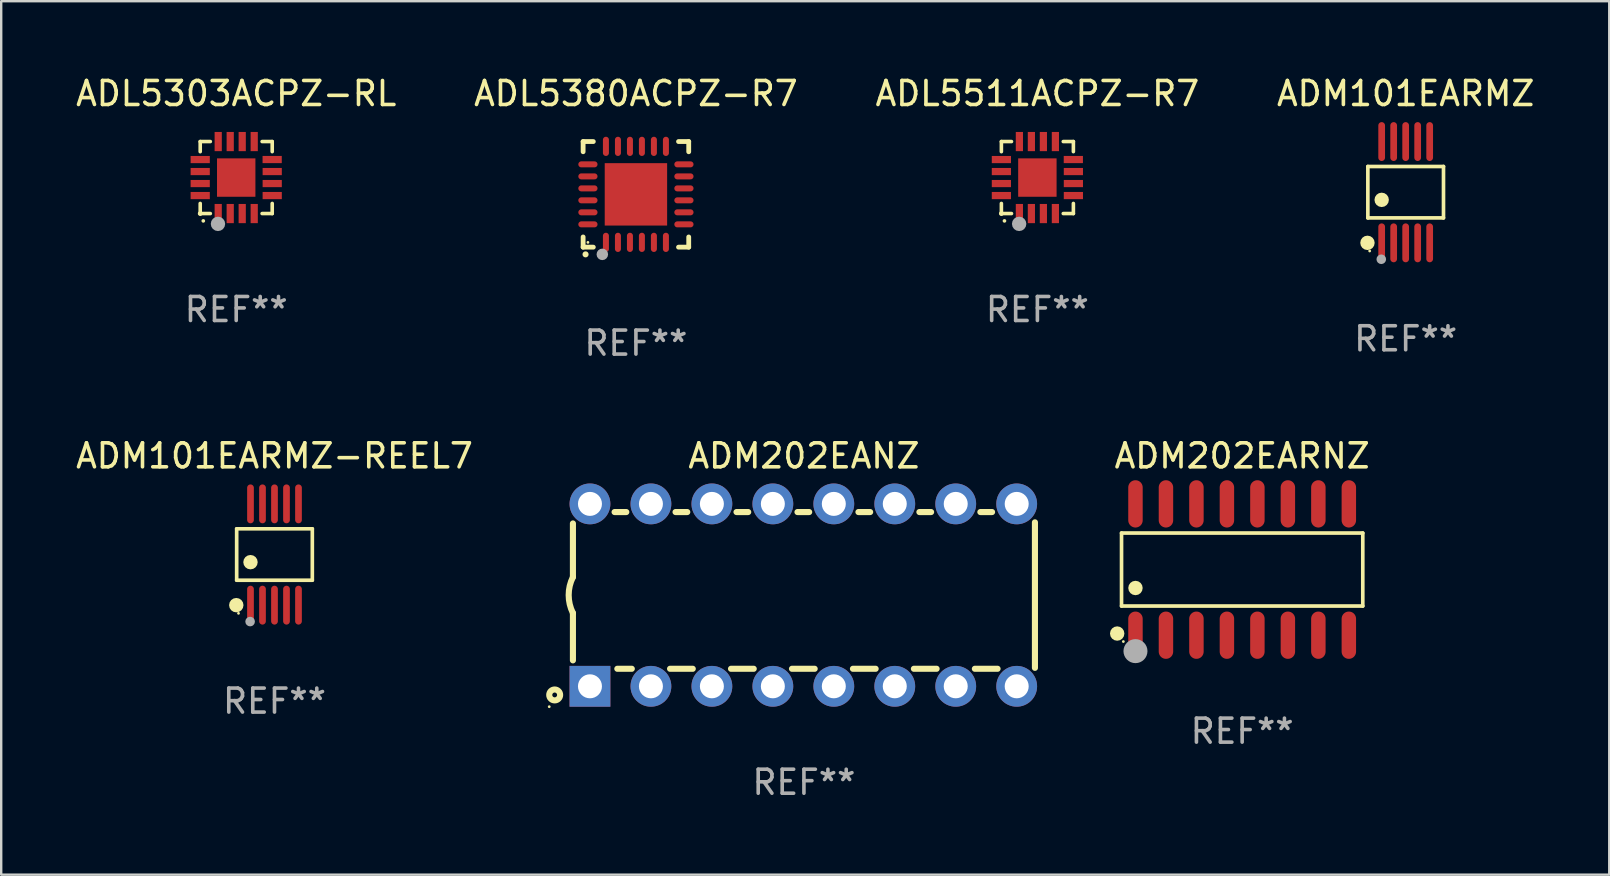
<source format=kicad_pcb>
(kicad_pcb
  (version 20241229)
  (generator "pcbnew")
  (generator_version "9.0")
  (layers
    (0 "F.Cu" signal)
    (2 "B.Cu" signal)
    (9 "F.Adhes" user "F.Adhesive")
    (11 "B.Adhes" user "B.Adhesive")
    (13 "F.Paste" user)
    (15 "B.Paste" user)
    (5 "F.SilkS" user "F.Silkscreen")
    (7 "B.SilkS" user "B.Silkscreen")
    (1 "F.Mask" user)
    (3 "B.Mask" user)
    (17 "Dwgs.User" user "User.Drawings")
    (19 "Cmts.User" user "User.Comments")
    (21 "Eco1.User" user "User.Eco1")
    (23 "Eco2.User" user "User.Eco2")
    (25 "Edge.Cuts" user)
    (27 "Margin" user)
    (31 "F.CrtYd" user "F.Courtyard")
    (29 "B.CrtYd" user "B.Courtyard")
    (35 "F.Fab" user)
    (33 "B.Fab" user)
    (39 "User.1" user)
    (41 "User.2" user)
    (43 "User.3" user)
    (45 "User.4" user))
  (footprint "ADM202EARNZ"
    (layer "F.Cu")
    (at 48.705 20.68)
    (property "Reference" "ADM202EARNZ" (at 0 -4.736 0) (layer "F.SilkS") (effects (font (size 1 1) (thickness 0.15))))
    (attr through_hole)
    (fp_line (start -5.026 -1.521) (end 5.026 -1.521) (stroke (width 0.152) (type solid)) (layer "F.SilkS"))
    (fp_line (start -5.026 1.521) (end -5.026 -1.521) (stroke (width 0.152) (type solid)) (layer "F.SilkS"))
    (fp_line (start 5.026 -1.521) (end 5.026 1.521) (stroke (width 0.152) (type solid)) (layer "F.SilkS"))
    (fp_line (start 5.026 1.521) (end -5.026 1.521) (stroke (width 0.152) (type solid)) (layer "F.SilkS"))
    (fp_circle (center -5.207 2.667) (end -5.057 2.667) (stroke (width 0.3) (type solid)) (fill no) (layer "F.SilkS"))
    (fp_circle (center -4.95 3) (end -4.92 3) (stroke (width 0.06) (type solid)) (fill no) (layer "F.SilkS"))
    (fp_circle (center -4.445 0.769) (end -4.295 0.769) (stroke (width 0.3) (type solid)) (fill no) (layer "F.SilkS"))
    (fp_circle (center -4.445 3.4) (end -4.195 3.4) (stroke (width 0.5) (type solid)) (fill no) (layer "F.Fab"))
    (fp_text user "REF**" (at 0 6.736 0) (layer "F.Fab") (effects (font (size 1 1) (thickness 0.15))))
    (pad "1" smd oval (at -4.445 2.736) (size 0.602 1.971) (layers "F.Cu" "F.Mask" "F.Paste"))
    (pad "2" smd oval (at -3.175 2.736) (size 0.602 1.971) (layers "F.Cu" "F.Mask" "F.Paste"))
    (pad "3" smd oval (at -1.905 2.736) (size 0.602 1.971) (layers "F.Cu" "F.Mask" "F.Paste"))
    (pad "4" smd oval (at -0.635 2.736) (size 0.602 1.971) (layers "F.Cu" "F.Mask" "F.Paste"))
    (pad "5" smd oval (at 0.635 2.736) (size 0.602 1.971) (layers "F.Cu" "F.Mask" "F.Paste"))
    (pad "6" smd oval (at 1.905 2.736) (size 0.602 1.971) (layers "F.Cu" "F.Mask" "F.Paste"))
    (pad "7" smd oval (at 3.175 2.736) (size 0.602 1.971) (layers "F.Cu" "F.Mask" "F.Paste"))
    (pad "8" smd oval (at 4.445 2.736) (size 0.602 1.971) (layers "F.Cu" "F.Mask" "F.Paste"))
    (pad "9" smd oval (at 4.445 -2.736) (size 0.602 1.971) (layers "F.Cu" "F.Mask" "F.Paste"))
    (pad "10" smd oval (at 3.175 -2.736) (size 0.602 1.971) (layers "F.Cu" "F.Mask" "F.Paste"))
    (pad "11" smd oval (at 1.905 -2.736) (size 0.602 1.971) (layers "F.Cu" "F.Mask" "F.Paste"))
    (pad "12" smd oval (at 0.635 -2.736) (size 0.602 1.971) (layers "F.Cu" "F.Mask" "F.Paste"))
    (pad "13" smd oval (at -0.635 -2.736) (size 0.602 1.971) (layers "F.Cu" "F.Mask" "F.Paste"))
    (pad "14" smd oval (at -1.905 -2.736) (size 0.602 1.971) (layers "F.Cu" "F.Mask" "F.Paste"))
    (pad "15" smd oval (at -3.175 -2.736) (size 0.602 1.971) (layers "F.Cu" "F.Mask" "F.Paste"))
    (pad "16" smd oval (at -4.445 -2.736) (size 0.602 1.971) (layers "F.Cu" "F.Mask" "F.Paste")))
  (footprint "ADM101EARMZ-REEL7"
    (layer "F.Cu")
    (at 8.387 20.054)
    (property "Reference" "ADM101EARMZ-REEL7" (at 0 -4.11 0) (layer "F.SilkS") (effects (font (size 1 1) (thickness 0.15))))
    (attr through_hole)
    (fp_line (start -1.576 -1.071) (end 1.576 -1.071) (stroke (width 0.152) (type solid)) (layer "F.SilkS"))
    (fp_line (start -1.576 1.071) (end -1.576 -1.071) (stroke (width 0.152) (type solid)) (layer "F.SilkS"))
    (fp_line (start 1.576 -1.071) (end 1.576 1.071) (stroke (width 0.152) (type solid)) (layer "F.SilkS"))
    (fp_line (start 1.576 1.071) (end -1.576 1.071) (stroke (width 0.152) (type solid)) (layer "F.SilkS"))
    (fp_circle (center -1.592 2.11) (end -1.442 2.11) (stroke (width 0.3) (type solid)) (fill no) (layer "F.SilkS"))
    (fp_circle (center -1.5 2.45) (end -1.47 2.45) (stroke (width 0.06) (type solid)) (fill no) (layer "F.SilkS"))
    (fp_circle (center -1 0.319) (end -0.85 0.319) (stroke (width 0.3) (type solid)) (fill no) (layer "F.SilkS"))
    (fp_circle (center -1.016 2.794) (end -0.916 2.794) (stroke (width 0.2) (type solid)) (fill no) (layer "F.Fab"))
    (fp_text user "REF**" (at 0 6.11 0) (layer "F.Fab") (effects (font (size 1 1) (thickness 0.15))))
    (pad "1" smd oval (at -1 2.11) (size 0.28 1.62) (layers "F.Cu" "F.Mask" "F.Paste"))
    (pad "2" smd oval (at -0.5 2.11) (size 0.28 1.62) (layers "F.Cu" "F.Mask" "F.Paste"))
    (pad "3" smd oval (at 0 2.11) (size 0.28 1.62) (layers "F.Cu" "F.Mask" "F.Paste"))
    (pad "4" smd oval (at 0.5 2.11) (size 0.28 1.62) (layers "F.Cu" "F.Mask" "F.Paste"))
    (pad "5" smd oval (at 1 2.11) (size 0.28 1.62) (layers "F.Cu" "F.Mask" "F.Paste"))
    (pad "6" smd oval (at 1 -2.11) (size 0.28 1.62) (layers "F.Cu" "F.Mask" "F.Paste"))
    (pad "7" smd oval (at 0.5 -2.11) (size 0.28 1.62) (layers "F.Cu" "F.Mask" "F.Paste"))
    (pad "8" smd oval (at 0 -2.11) (size 0.28 1.62) (layers "F.Cu" "F.Mask" "F.Paste"))
    (pad "9" smd oval (at -0.5 -2.11) (size 0.28 1.62) (layers "F.Cu" "F.Mask" "F.Paste"))
    (pad "10" smd oval (at -1 -2.11) (size 0.28 1.62) (layers "F.Cu" "F.Mask" "F.Paste")))
  (footprint "ADL5511ACPZ-R7"
    (layer "F.Cu")
    (at 40.173 4.348)
    (property "Reference" "ADL5511ACPZ-R7" (at 0 -3.5 0) (layer "F.SilkS") (effects (font (size 1 1) (thickness 0.15))))
    (attr through_hole)
    (fp_line (start -1.5 -1.5) (end -1.079 -1.5) (stroke (width 0.15) (type solid)) (layer "F.SilkS"))
    (fp_line (start -1.5 -1.079) (end -1.5 -1.5) (stroke (width 0.15) (type solid)) (layer "F.SilkS"))
    (fp_line (start -1.5 1.5) (end -1.5 1.079) (stroke (width 0.15) (type solid)) (layer "F.SilkS"))
    (fp_line (start -1.5 1.5) (end -1.079 1.5) (stroke (width 0.15) (type solid)) (layer "F.SilkS"))
    (fp_line (start 1.079 -1.5) (end 1.5 -1.5) (stroke (width 0.15) (type solid)) (layer "F.SilkS"))
    (fp_line (start 1.079 1.5) (end 1.5 1.5) (stroke (width 0.15) (type solid)) (layer "F.SilkS"))
    (fp_line (start 1.5 -1.08) (end 1.5 -1.5) (stroke (width 0.15) (type solid)) (layer "F.SilkS"))
    (fp_line (start 1.5 1.5) (end 1.5 1.079) (stroke (width 0.15) (type solid)) (layer "F.SilkS"))
    (fp_arc (start -1.372885 1.805398) (mid -1.371615 1.805392) (end -1.370345 1.805398) (stroke (width 0.150114) (type solid)) (layer "F.SilkS"))
    (fp_circle (center -1.5 1.5) (end -1.45 1.5) (stroke (width 0.1) (type solid)) (fill no) (layer "F.SilkS"))
    (fp_circle (center -0.76 1.93) (end -0.61 1.93) (stroke (width 0.3) (type solid)) (fill no) (layer "F.Fab"))
    (fp_text user "REF**" (at 0 5.5 0) (layer "F.Fab") (effects (font (size 1 1) (thickness 0.15))))
    (pad "1" smd rect (at -0.75 1.5) (size 0.3 0.8) (layers "F.Cu" "F.Mask" "F.Paste"))
    (pad "2" smd rect (at -0.25 1.5) (size 0.3 0.8) (layers "F.Cu" "F.Mask" "F.Paste"))
    (pad "3" smd rect (at 0.25 1.5) (size 0.3 0.8) (layers "F.Cu" "F.Mask" "F.Paste"))
    (pad "4" smd rect (at 0.75 1.5) (size 0.3 0.8) (layers "F.Cu" "F.Mask" "F.Paste"))
    (pad "5" smd rect (at 1.5 0.75) (size 0.8 0.3) (layers "F.Cu" "F.Mask" "F.Paste"))
    (pad "6" smd rect (at 1.5 0.25) (size 0.8 0.3) (layers "F.Cu" "F.Mask" "F.Paste"))
    (pad "7" smd rect (at 1.5 -0.25) (size 0.8 0.3) (layers "F.Cu" "F.Mask" "F.Paste"))
    (pad "8" smd rect (at 1.498 -0.751) (size 0.8 0.3) (layers "F.Cu" "F.Mask" "F.Paste"))
    (pad "9" smd rect (at 0.75 -1.5) (size 0.3 0.8) (layers "F.Cu" "F.Mask" "F.Paste"))
    (pad "10" smd rect (at 0.25 -1.5) (size 0.3 0.8) (layers "F.Cu" "F.Mask" "F.Paste"))
    (pad "11" smd rect (at -0.25 -1.5) (size 0.3 0.8) (layers "F.Cu" "F.Mask" "F.Paste"))
    (pad "12" smd rect (at -0.75 -1.5) (size 0.3 0.8) (layers "F.Cu" "F.Mask" "F.Paste"))
    (pad "13" smd rect (at -1.5 -0.75) (size 0.8 0.3) (layers "F.Cu" "F.Mask" "F.Paste"))
    (pad "14" smd rect (at -1.5 -0.25) (size 0.8 0.3) (layers "F.Cu" "F.Mask" "F.Paste"))
    (pad "15" smd rect (at -1.5 0.25) (size 0.8 0.3) (layers "F.Cu" "F.Mask" "F.Paste"))
    (pad "16" smd rect (at -1.5 0.75) (size 0.8 0.3) (layers "F.Cu" "F.Mask" "F.Paste"))
    (pad "17" smd rect (at -0.000114 0.00014) (size 1.6 1.6) (layers "F.Cu" "F.Mask" "F.Paste")))
  (footprint "ADL5303ACPZ-RL"
    (layer "F.Cu")
    (at 6.792 4.348)
    (property "Reference" "ADL5303ACPZ-RL" (at 0 -3.5 0) (layer "F.SilkS") (effects (font (size 1 1) (thickness 0.15))))
    (attr through_hole)
    (fp_line (start -1.5 -1.5) (end -1.079 -1.5) (stroke (width 0.15) (type solid)) (layer "F.SilkS"))
    (fp_line (start -1.5 -1.079) (end -1.5 -1.5) (stroke (width 0.15) (type solid)) (layer "F.SilkS"))
    (fp_line (start -1.5 1.5) (end -1.5 1.079) (stroke (width 0.15) (type solid)) (layer "F.SilkS"))
    (fp_line (start -1.5 1.5) (end -1.079 1.5) (stroke (width 0.15) (type solid)) (layer "F.SilkS"))
    (fp_line (start 1.079 -1.5) (end 1.5 -1.5) (stroke (width 0.15) (type solid)) (layer "F.SilkS"))
    (fp_line (start 1.079 1.5) (end 1.5 1.5) (stroke (width 0.15) (type solid)) (layer "F.SilkS"))
    (fp_line (start 1.5 -1.08) (end 1.5 -1.5) (stroke (width 0.15) (type solid)) (layer "F.SilkS"))
    (fp_line (start 1.5 1.5) (end 1.5 1.079) (stroke (width 0.15) (type solid)) (layer "F.SilkS"))
    (fp_arc (start -1.372885 1.805398) (mid -1.371615 1.805392) (end -1.370345 1.805398) (stroke (width 0.150114) (type solid)) (layer "F.SilkS"))
    (fp_circle (center -1.5 1.5) (end -1.45 1.5) (stroke (width 0.1) (type solid)) (fill no) (layer "F.SilkS"))
    (fp_circle (center -0.76 1.93) (end -0.61 1.93) (stroke (width 0.3) (type solid)) (fill no) (layer "F.Fab"))
    (fp_text user "REF**" (at 0 5.5 0) (layer "F.Fab") (effects (font (size 1 1) (thickness 0.15))))
    (pad "1" smd rect (at -0.75 1.5) (size 0.3 0.8) (layers "F.Cu" "F.Mask" "F.Paste"))
    (pad "2" smd rect (at -0.25 1.5) (size 0.3 0.8) (layers "F.Cu" "F.Mask" "F.Paste"))
    (pad "3" smd rect (at 0.25 1.5) (size 0.3 0.8) (layers "F.Cu" "F.Mask" "F.Paste"))
    (pad "4" smd rect (at 0.75 1.5) (size 0.3 0.8) (layers "F.Cu" "F.Mask" "F.Paste"))
    (pad "5" smd rect (at 1.5 0.75) (size 0.8 0.3) (layers "F.Cu" "F.Mask" "F.Paste"))
    (pad "6" smd rect (at 1.5 0.25) (size 0.8 0.3) (layers "F.Cu" "F.Mask" "F.Paste"))
    (pad "7" smd rect (at 1.5 -0.25) (size 0.8 0.3) (layers "F.Cu" "F.Mask" "F.Paste"))
    (pad "8" smd rect (at 1.498 -0.751) (size 0.8 0.3) (layers "F.Cu" "F.Mask" "F.Paste"))
    (pad "9" smd rect (at 0.75 -1.5) (size 0.3 0.8) (layers "F.Cu" "F.Mask" "F.Paste"))
    (pad "10" smd rect (at 0.25 -1.5) (size 0.3 0.8) (layers "F.Cu" "F.Mask" "F.Paste"))
    (pad "11" smd rect (at -0.25 -1.5) (size 0.3 0.8) (layers "F.Cu" "F.Mask" "F.Paste"))
    (pad "12" smd rect (at -0.75 -1.5) (size 0.3 0.8) (layers "F.Cu" "F.Mask" "F.Paste"))
    (pad "13" smd rect (at -1.5 -0.75) (size 0.8 0.3) (layers "F.Cu" "F.Mask" "F.Paste"))
    (pad "14" smd rect (at -1.5 -0.25) (size 0.8 0.3) (layers "F.Cu" "F.Mask" "F.Paste"))
    (pad "15" smd rect (at -1.5 0.25) (size 0.8 0.3) (layers "F.Cu" "F.Mask" "F.Paste"))
    (pad "16" smd rect (at -1.5 0.75) (size 0.8 0.3) (layers "F.Cu" "F.Mask" "F.Paste"))
    (pad "17" smd rect (at -0.000114 0.00014) (size 1.6 1.6) (layers "F.Cu" "F.Mask" "F.Paste")))
  (footprint "ADL5380ACPZ-R7"
    (layer "F.Cu")
    (at 23.446 5.048)
    (property "Reference" "ADL5380ACPZ-R7" (at 0 -4.2 0) (layer "F.SilkS") (effects (font (size 1 1) (thickness 0.15))))
    (attr through_hole)
    (fp_line (start -2.2 -2.2) (end -2.2 -1.775) (stroke (width 0.2) (type solid)) (layer "F.SilkS"))
    (fp_line (start -2.2 2.2) (end -2.2 1.775) (stroke (width 0.2) (type solid)) (layer "F.SilkS"))
    (fp_line (start -1.775 -2.2) (end -2.2 -2.2) (stroke (width 0.2) (type solid)) (layer "F.SilkS"))
    (fp_line (start -1.775 2.2) (end -2.2 2.2) (stroke (width 0.2) (type solid)) (layer "F.SilkS"))
    (fp_line (start 2.2 -2.2) (end 1.775 -2.2) (stroke (width 0.2) (type solid)) (layer "F.SilkS"))
    (fp_line (start 2.2 -1.775) (end 2.2 -2.2) (stroke (width 0.2) (type solid)) (layer "F.SilkS"))
    (fp_line (start 2.2 1.775) (end 2.2 2.2) (stroke (width 0.2) (type solid)) (layer "F.SilkS"))
    (fp_line (start 2.2 2.2) (end 1.775 2.2) (stroke (width 0.2) (type solid)) (layer "F.SilkS"))
    (fp_arc (start -2.1 2.5) (mid -2.09873 2.499994) (end -2.09746 2.5) (stroke (width 0.25) (type solid)) (layer "F.SilkS"))
    (fp_circle (center -2 2) (end -1.97 2) (stroke (width 0.06) (type solid)) (fill no) (layer "F.SilkS"))
    (fp_circle (center -1.4 2.5) (end -1.28 2.5) (stroke (width 0.24) (type solid)) (fill no) (layer "F.Fab"))
    (fp_text user "REF**" (at 0 6.2 0) (layer "F.Fab") (effects (font (size 1 1) (thickness 0.15))))
    (pad "1" smd oval (at -1.25 2) (size 0.25 0.8) (layers "F.Cu" "F.Mask" "F.Paste"))
    (pad "2" smd oval (at -0.749 2) (size 0.25 0.8) (layers "F.Cu" "F.Mask" "F.Paste"))
    (pad "3" smd oval (at -0.249 2) (size 0.25 0.8) (layers "F.Cu" "F.Mask" "F.Paste"))
    (pad "4" smd oval (at 0.249 2) (size 0.25 0.8) (layers "F.Cu" "F.Mask" "F.Paste"))
    (pad "5" smd oval (at 0.749 2) (size 0.25 0.8) (layers "F.Cu" "F.Mask" "F.Paste"))
    (pad "6" smd oval (at 1.25 2) (size 0.25 0.8) (layers "F.Cu" "F.Mask" "F.Paste"))
    (pad "7" smd oval (at 2 1.25) (size 0.8 0.25) (layers "F.Cu" "F.Mask" "F.Paste"))
    (pad "8" smd oval (at 2 0.749) (size 0.8 0.25) (layers "F.Cu" "F.Mask" "F.Paste"))
    (pad "9" smd oval (at 2 0.249) (size 0.8 0.25) (layers "F.Cu" "F.Mask" "F.Paste"))
    (pad "10" smd oval (at 2 -0.249) (size 0.8 0.25) (layers "F.Cu" "F.Mask" "F.Paste"))
    (pad "11" smd oval (at 2 -0.749) (size 0.8 0.25) (layers "F.Cu" "F.Mask" "F.Paste"))
    (pad "12" smd oval (at 2 -1.25) (size 0.8 0.25) (layers "F.Cu" "F.Mask" "F.Paste"))
    (pad "13" smd oval (at 1.25 -2) (size 0.25 0.8) (layers "F.Cu" "F.Mask" "F.Paste"))
    (pad "14" smd oval (at 0.749 -2) (size 0.25 0.8) (layers "F.Cu" "F.Mask" "F.Paste"))
    (pad "15" smd oval (at 0.249 -2) (size 0.25 0.8) (layers "F.Cu" "F.Mask" "F.Paste"))
    (pad "16" smd oval (at -0.249 -2) (size 0.25 0.8) (layers "F.Cu" "F.Mask" "F.Paste"))
    (pad "17" smd oval (at -0.749 -2) (size 0.25 0.8) (layers "F.Cu" "F.Mask" "F.Paste"))
    (pad "18" smd oval (at -1.25 -2) (size 0.25 0.8) (layers "F.Cu" "F.Mask" "F.Paste"))
    (pad "19" smd oval (at -2 -1.25) (size 0.8 0.25) (layers "F.Cu" "F.Mask" "F.Paste"))
    (pad "20" smd oval (at -2 -0.749) (size 0.8 0.25) (layers "F.Cu" "F.Mask" "F.Paste"))
    (pad "21" smd oval (at -2 -0.249) (size 0.8 0.25) (layers "F.Cu" "F.Mask" "F.Paste"))
    (pad "22" smd oval (at -2 0.249) (size 0.8 0.25) (layers "F.Cu" "F.Mask" "F.Paste"))
    (pad "23" smd oval (at -2 0.749) (size 0.8 0.25) (layers "F.Cu" "F.Mask" "F.Paste"))
    (pad "24" smd oval (at -2 1.25) (size 0.8 0.25) (layers "F.Cu" "F.Mask" "F.Paste"))
    (pad "25" smd rect (at 0 0) (size 2.6 2.6) (layers "F.Cu" "F.Mask" "F.Paste")))
  (footprint "ADM101EARMZ"
    (layer "F.Cu")
    (at 55.518 4.958)
    (property "Reference" "ADM101EARMZ" (at 0 -4.11 0) (layer "F.SilkS") (effects (font (size 1 1) (thickness 0.15))))
    (attr through_hole)
    (fp_line (start -1.576 -1.071) (end 1.576 -1.071) (stroke (width 0.152) (type solid)) (layer "F.SilkS"))
    (fp_line (start -1.576 1.071) (end -1.576 -1.071) (stroke (width 0.152) (type solid)) (layer "F.SilkS"))
    (fp_line (start 1.576 -1.071) (end 1.576 1.071) (stroke (width 0.152) (type solid)) (layer "F.SilkS"))
    (fp_line (start 1.576 1.071) (end -1.576 1.071) (stroke (width 0.152) (type solid)) (layer "F.SilkS"))
    (fp_circle (center -1.592 2.11) (end -1.442 2.11) (stroke (width 0.3) (type solid)) (fill no) (layer "F.SilkS"))
    (fp_circle (center -1.5 2.45) (end -1.47 2.45) (stroke (width 0.06) (type solid)) (fill no) (layer "F.SilkS"))
    (fp_circle (center -1 0.319) (end -0.85 0.319) (stroke (width 0.3) (type solid)) (fill no) (layer "F.SilkS"))
    (fp_circle (center -1.016 2.794) (end -0.916 2.794) (stroke (width 0.2) (type solid)) (fill no) (layer "F.Fab"))
    (fp_text user "REF**" (at 0 6.11 0) (layer "F.Fab") (effects (font (size 1 1) (thickness 0.15))))
    (pad "1" smd oval (at -1 2.11) (size 0.28 1.62) (layers "F.Cu" "F.Mask" "F.Paste"))
    (pad "2" smd oval (at -0.5 2.11) (size 0.28 1.62) (layers "F.Cu" "F.Mask" "F.Paste"))
    (pad "3" smd oval (at 0 2.11) (size 0.28 1.62) (layers "F.Cu" "F.Mask" "F.Paste"))
    (pad "4" smd oval (at 0.5 2.11) (size 0.28 1.62) (layers "F.Cu" "F.Mask" "F.Paste"))
    (pad "5" smd oval (at 1 2.11) (size 0.28 1.62) (layers "F.Cu" "F.Mask" "F.Paste"))
    (pad "6" smd oval (at 1 -2.11) (size 0.28 1.62) (layers "F.Cu" "F.Mask" "F.Paste"))
    (pad "7" smd oval (at 0.5 -2.11) (size 0.28 1.62) (layers "F.Cu" "F.Mask" "F.Paste"))
    (pad "8" smd oval (at 0 -2.11) (size 0.28 1.62) (layers "F.Cu" "F.Mask" "F.Paste"))
    (pad "9" smd oval (at -0.5 -2.11) (size 0.28 1.62) (layers "F.Cu" "F.Mask" "F.Paste"))
    (pad "10" smd oval (at -1 -2.11) (size 0.28 1.62) (layers "F.Cu" "F.Mask" "F.Paste")))
  (footprint "ADM202EANZ"
    (layer "F.Cu")
    (at 30.446 21.745)
    (property "Reference" "ADM202EANZ" (at 0 -5.8 0) (layer "F.SilkS") (effects (font (size 1 1) (thickness 0.15))))
    (attr through_hole)
    (fp_line (start -9.625 -0.75) (end -9.625 -2.985) (stroke (width 0.254) (type solid)) (layer "F.SilkS"))
    (fp_line (start -9.625 0.749) (end -9.625 2.719) (stroke (width 0.254) (type solid)) (layer "F.SilkS"))
    (fp_line (start -7.889 -3.46) (end -7.401 -3.46) (stroke (width 0.254) (type solid)) (layer "F.SilkS"))
    (fp_line (start -7.775 3.07) (end -7.172 3.07) (stroke (width 0.254) (type solid)) (layer "F.SilkS"))
    (fp_line (start -5.578 3.07) (end -4.632 3.07) (stroke (width 0.254) (type solid)) (layer "F.SilkS"))
    (fp_line (start -5.349 -3.46) (end -4.861 -3.46) (stroke (width 0.254) (type solid)) (layer "F.SilkS"))
    (fp_line (start -3.038 3.07) (end -2.092 3.07) (stroke (width 0.254) (type solid)) (layer "F.SilkS"))
    (fp_line (start -2.809 -3.46) (end -2.321 -3.46) (stroke (width 0.254) (type solid)) (layer "F.SilkS"))
    (fp_line (start -0.498 3.07) (end 0.448 3.07) (stroke (width 0.254) (type solid)) (layer "F.SilkS"))
    (fp_line (start -0.269 -3.46) (end 0.219 -3.46) (stroke (width 0.254) (type solid)) (layer "F.SilkS"))
    (fp_line (start 2.042 3.07) (end 2.988 3.07) (stroke (width 0.254) (type solid)) (layer "F.SilkS"))
    (fp_line (start 2.271 -3.46) (end 2.759 -3.46) (stroke (width 0.254) (type solid)) (layer "F.SilkS"))
    (fp_line (start 4.582 3.07) (end 5.528 3.07) (stroke (width 0.254) (type solid)) (layer "F.SilkS"))
    (fp_line (start 4.811 -3.46) (end 5.299 -3.46) (stroke (width 0.254) (type solid)) (layer "F.SilkS"))
    (fp_line (start 7.122 3.07) (end 8.068 3.07) (stroke (width 0.254) (type solid)) (layer "F.SilkS"))
    (fp_line (start 7.351 -3.46) (end 7.839 -3.46) (stroke (width 0.254) (type solid)) (layer "F.SilkS"))
    (fp_line (start 9.625 3.032) (end 9.625 -3.032) (stroke (width 0.254) (type solid)) (layer "F.SilkS"))
    (fp_arc (start -9.62498 0.748819) (mid -9.801899 -0.000581) (end -9.625006 -0.749987) (stroke (width 0.254001) (type solid)) (layer "F.SilkS"))
    (fp_circle (center -10.612 4.65) (end -10.582 4.65) (stroke (width 0.06) (type solid)) (fill no) (layer "F.SilkS"))
    (fp_circle (center -10.385 4.16) (end -10.285 4.16) (stroke (width 0.254) (type solid)) (fill no) (layer "F.SilkS"))
    (fp_text user "REF**" (at 0 7.8 0) (layer "F.Fab") (effects (font (size 1 1) (thickness 0.15))))
    (pad "1" thru_hole rect (at -8.915 3.8 90) (size 1.7 1.7) (drill 1) (layers "*.Cu" "*.Mask"))
    (pad "2" thru_hole circle (at -6.375 3.8) (size 1.7 1.7) (drill 1) (layers "*.Cu" "*.Mask"))
    (pad "3" thru_hole circle (at -3.835 3.8) (size 1.7 1.7) (drill 1) (layers "*.Cu" "*.Mask"))
    (pad "4" thru_hole circle (at -1.295 3.8) (size 1.7 1.7) (drill 1) (layers "*.Cu" "*.Mask"))
    (pad "5" thru_hole circle (at 1.245 3.8) (size 1.7 1.7) (drill 1) (layers "*.Cu" "*.Mask"))
    (pad "6" thru_hole circle (at 3.785 3.8) (size 1.7 1.7) (drill 1) (layers "*.Cu" "*.Mask"))
    (pad "7" thru_hole circle (at 6.325 3.8) (size 1.7 1.7) (drill 1) (layers "*.Cu" "*.Mask"))
    (pad "8" thru_hole circle (at 8.865 3.8) (size 1.7 1.7) (drill 1) (layers "*.Cu" "*.Mask"))
    (pad "9" thru_hole circle (at 8.865 -3.8) (size 1.7 1.7) (drill 1) (layers "*.Cu" "*.Mask"))
    (pad "10" thru_hole circle (at 6.325 -3.8) (size 1.7 1.7) (drill 1) (layers "*.Cu" "*.Mask"))
    (pad "11" thru_hole circle (at 3.785 -3.8) (size 1.7 1.7) (drill 1) (layers "*.Cu" "*.Mask"))
    (pad "12" thru_hole circle (at 1.245 -3.8) (size 1.7 1.7) (drill 1) (layers "*.Cu" "*.Mask"))
    (pad "13" thru_hole circle (at -1.295 -3.8) (size 1.7 1.7) (drill 1) (layers "*.Cu" "*.Mask"))
    (pad "14" thru_hole circle (at -3.835 -3.8) (size 1.7 1.7) (drill 1) (layers "*.Cu" "*.Mask"))
    (pad "15" thru_hole circle (at -6.375 -3.8) (size 1.7 1.7) (drill 1) (layers "*.Cu" "*.Mask"))
    (pad "16" thru_hole circle (at -8.915 -3.8) (size 1.7 1.7) (drill 1) (layers "*.Cu" "*.Mask")))
  (gr_rect
    (start -3 -3)
    (end 64 33.393)
    (stroke (width 0.1) (type default))
    (fill no)
    (layer "Edge.Cuts")))
</source>
